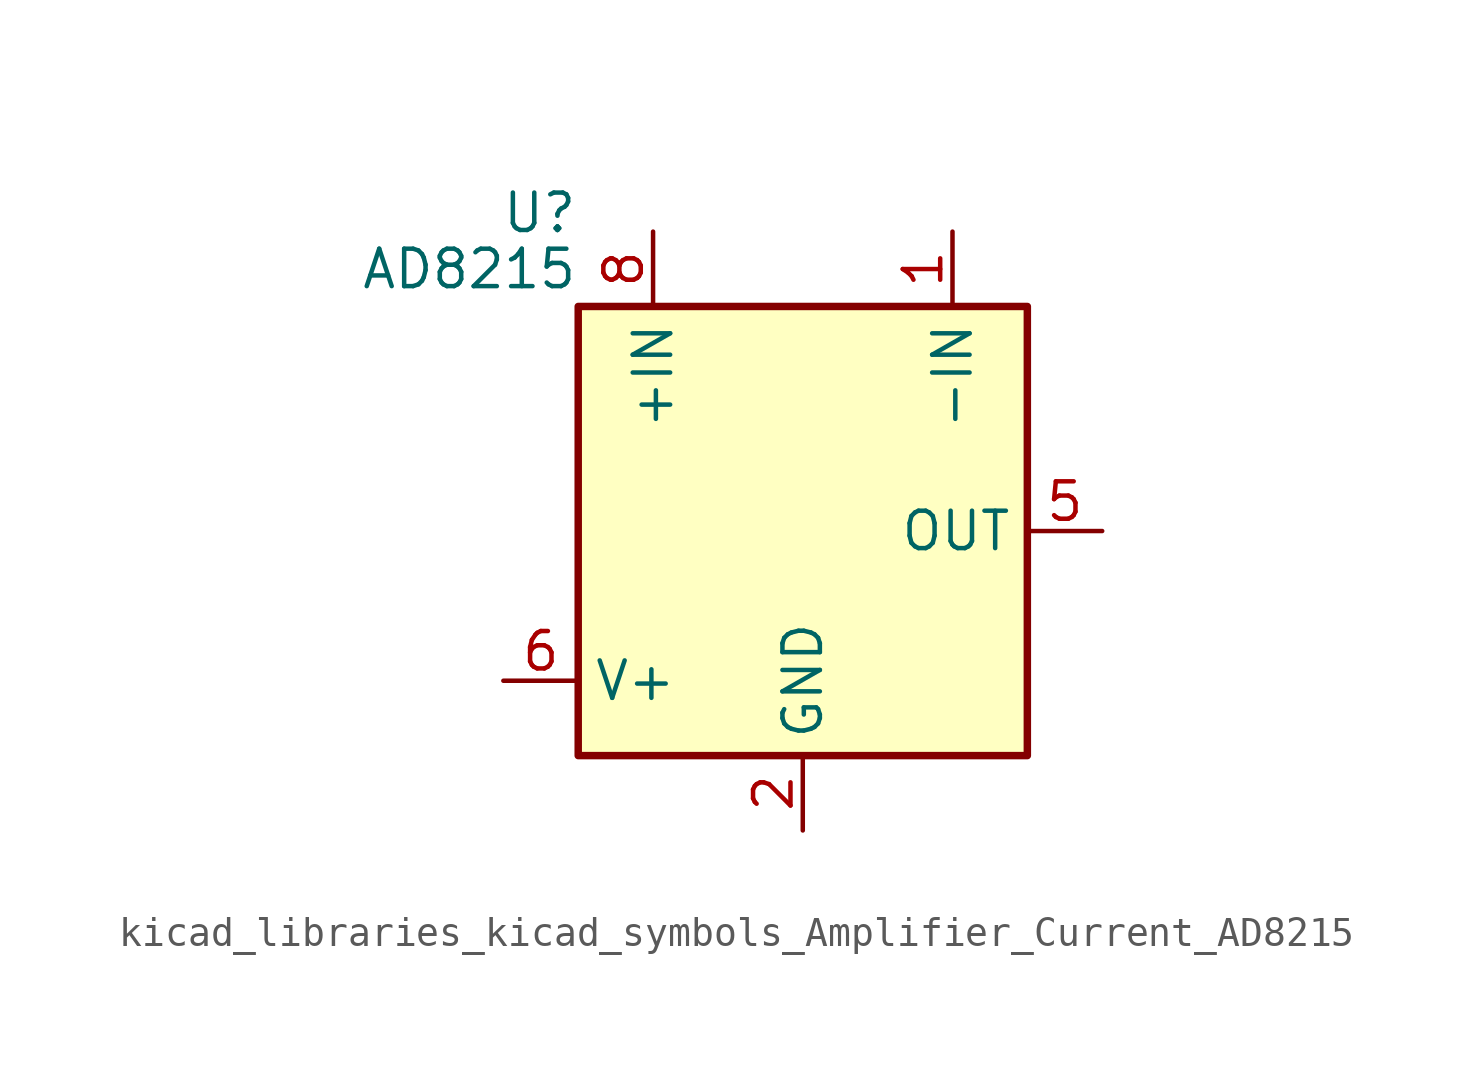
<source format=kicad_sym>
(kicad_symbol_lib
  (version 20220914)
  (generator kicad_symbol_editor)
  (symbol "kicad_libraries_kicad_symbols_Amplifier_Current_AD8215"
    (property "Reference" "U"
      (at -7.62 10.795 0)
      (effects (font (size 1.27 1.27)) (justify right)))
    (property "Value" "AD8215"
      (at -7.62 8.89 0)
      (effects (font (size 1.27 1.27)) (justify right)))
    (symbol "kicad_libraries_kicad_symbols_Amplifier_Current_AD8215_0_1"
      (rectangle (start -7.62 7.62) (end 7.62 -7.62) (stroke (width 0.254) (type default)) (fill (type background))))
    (symbol "kicad_libraries_kicad_symbols_Amplifier_Current_AD8215_1_1"
      (pin input line (at 5.08 10.16 270) (length 2.54) (name "-IN" (effects (font (size 1.27 1.27)))) (number "1" (effects (font (size 1.27 1.27)))))
      (pin power_in line (at 0 -10.16 90) (length 2.54) (name "GND" (effects (font (size 1.27 1.27)))) (number "2" (effects (font (size 1.27 1.27)))))
      (pin no_connect line (at -2.54 -7.62 90) (length 2.54) hide (name "NC" (effects (font (size 1.27 1.27)))) (number "3" (effects (font (size 1.27 1.27)))))
      (pin no_connect line (at 2.54 -7.62 90) (length 2.54) hide (name "NC" (effects (font (size 1.27 1.27)))) (number "4" (effects (font (size 1.27 1.27)))))
      (pin output line (at 10.16 0 180) (length 2.54) (name "OUT" (effects (font (size 1.27 1.27)))) (number "5" (effects (font (size 1.27 1.27)))))
      (pin power_in line (at -10.16 -5.08 0) (length 2.54) (name "V+" (effects (font (size 1.27 1.27)))) (number "6" (effects (font (size 1.27 1.27)))))
      (pin no_connect line (at 5.08 -7.62 90) (length 2.54) hide (name "NC" (effects (font (size 1.27 1.27)))) (number "7" (effects (font (size 1.27 1.27)))))
      (pin input line (at -5.08 10.16 270) (length 2.54) (name "+IN" (effects (font (size 1.27 1.27)))) (number "8" (effects (font (size 1.27 1.27))))))))
</source>
